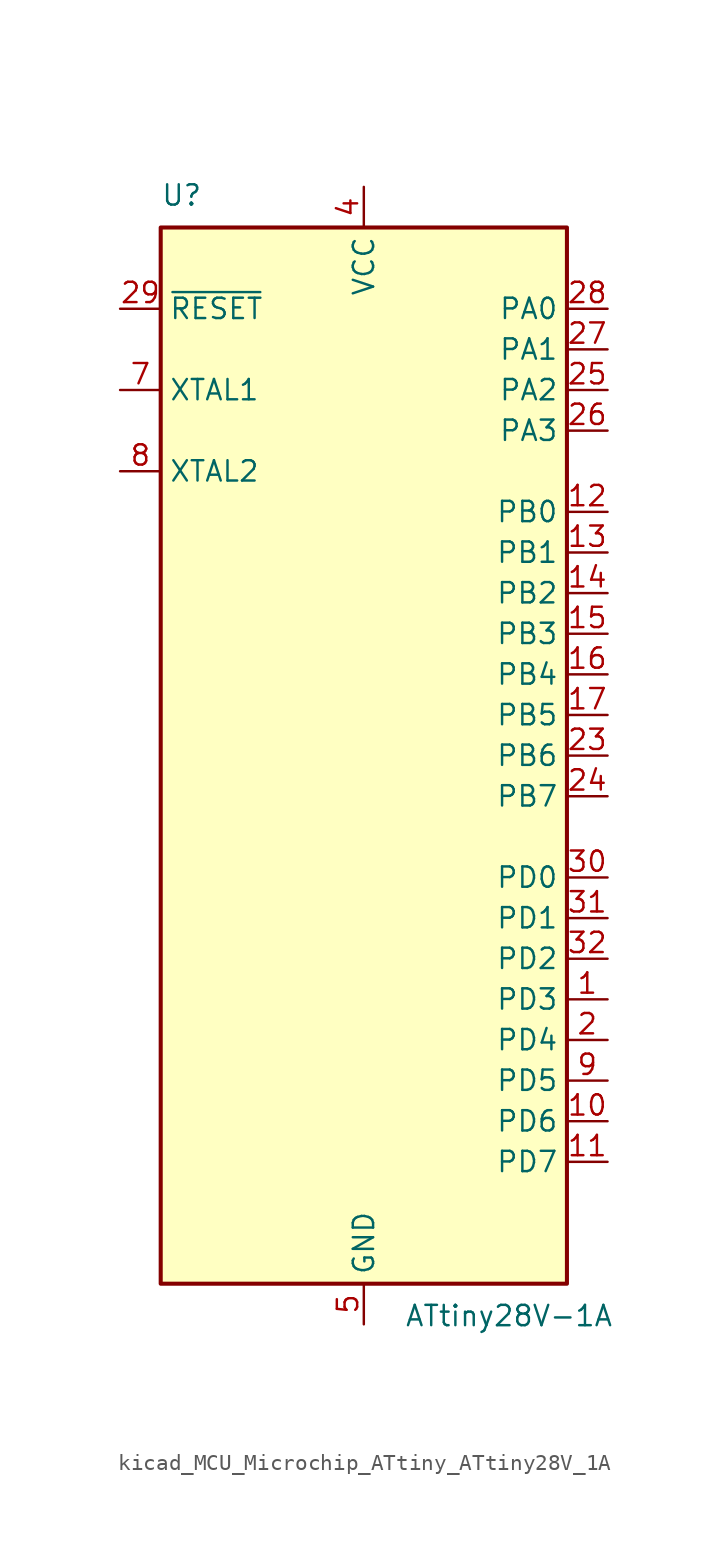
<source format=kicad_sym>
(kicad_symbol_lib
  (version 20220914)
  (generator kicad_symbol_editor)
  (symbol "kicad_MCU_Microchip_ATtiny_ATtiny28V_1A"
    (property "Reference" "U"
      (at -12.7 34.29 0)
      (effects (font (size 1.27 1.27)) (justify left bottom)))
    (property "Value" "ATtiny28V-1A"
      (at 2.54 -34.29 0)
      (effects (font (size 1.27 1.27)) (justify left top)))
    (symbol "kicad_MCU_Microchip_ATtiny_ATtiny28V_1A_0_1"
      (rectangle (start -12.7 -33.02) (end 12.7 33.02) (stroke (width 0.254) (type default)) (fill (type background))))
    (symbol "kicad_MCU_Microchip_ATtiny_ATtiny28V_1A_1_1"
      (pin bidirectional line (at 15.24 -15.24 180) (length 2.54) (name "PD3" (effects (font (size 1.27 1.27)))) (number "1" (effects (font (size 1.27 1.27)))))
      (pin bidirectional line (at 15.24 -22.86 180) (length 2.54) (name "PD6" (effects (font (size 1.27 1.27)))) (number "10" (effects (font (size 1.27 1.27)))))
      (pin bidirectional line (at 15.24 -25.4 180) (length 2.54) (name "PD7" (effects (font (size 1.27 1.27)))) (number "11" (effects (font (size 1.27 1.27)))))
      (pin bidirectional line (at 15.24 15.24 180) (length 2.54) (name "PB0" (effects (font (size 1.27 1.27)))) (number "12" (effects (font (size 1.27 1.27)))))
      (pin bidirectional line (at 15.24 12.7 180) (length 2.54) (name "PB1" (effects (font (size 1.27 1.27)))) (number "13" (effects (font (size 1.27 1.27)))))
      (pin bidirectional line (at 15.24 10.16 180) (length 2.54) (name "PB2" (effects (font (size 1.27 1.27)))) (number "14" (effects (font (size 1.27 1.27)))))
      (pin bidirectional line (at 15.24 7.62 180) (length 2.54) (name "PB3" (effects (font (size 1.27 1.27)))) (number "15" (effects (font (size 1.27 1.27)))))
      (pin bidirectional line (at 15.24 5.08 180) (length 2.54) (name "PB4" (effects (font (size 1.27 1.27)))) (number "16" (effects (font (size 1.27 1.27)))))
      (pin bidirectional line (at 15.24 2.54 180) (length 2.54) (name "PB5" (effects (font (size 1.27 1.27)))) (number "17" (effects (font (size 1.27 1.27)))))
      (pin passive line (at 0 35.56 270) (length 2.54) hide (name "VCC" (effects (font (size 1.27 1.27)))) (number "18" (effects (font (size 1.27 1.27)))))
      (pin no_connect line (at -12.7 -25.4 0) (length 2.54) hide (name "NC" (effects (font (size 1.27 1.27)))) (number "19" (effects (font (size 1.27 1.27)))))
      (pin bidirectional line (at 15.24 -17.78 180) (length 2.54) (name "PD4" (effects (font (size 1.27 1.27)))) (number "2" (effects (font (size 1.27 1.27)))))
      (pin no_connect line (at -12.7 -27.94 0) (length 2.54) hide (name "NC" (effects (font (size 1.27 1.27)))) (number "20" (effects (font (size 1.27 1.27)))))
      (pin passive line (at 0 -35.56 90) (length 2.54) hide (name "GND" (effects (font (size 1.27 1.27)))) (number "21" (effects (font (size 1.27 1.27)))))
      (pin no_connect line (at -12.7 -30.48 0) (length 2.54) hide (name "NC" (effects (font (size 1.27 1.27)))) (number "22" (effects (font (size 1.27 1.27)))))
      (pin bidirectional line (at 15.24 0 180) (length 2.54) (name "PB6" (effects (font (size 1.27 1.27)))) (number "23" (effects (font (size 1.27 1.27)))))
      (pin bidirectional line (at 15.24 -2.54 180) (length 2.54) (name "PB7" (effects (font (size 1.27 1.27)))) (number "24" (effects (font (size 1.27 1.27)))))
      (pin bidirectional line (at 15.24 22.86 180) (length 2.54) (name "PA2" (effects (font (size 1.27 1.27)))) (number "25" (effects (font (size 1.27 1.27)))))
      (pin bidirectional line (at 15.24 20.32 180) (length 2.54) (name "PA3" (effects (font (size 1.27 1.27)))) (number "26" (effects (font (size 1.27 1.27)))))
      (pin bidirectional line (at 15.24 25.4 180) (length 2.54) (name "PA1" (effects (font (size 1.27 1.27)))) (number "27" (effects (font (size 1.27 1.27)))))
      (pin bidirectional line (at 15.24 27.94 180) (length 2.54) (name "PA0" (effects (font (size 1.27 1.27)))) (number "28" (effects (font (size 1.27 1.27)))))
      (pin input line (at -15.24 27.94 0) (length 2.54) (name "~{RESET}" (effects (font (size 1.27 1.27)))) (number "29" (effects (font (size 1.27 1.27)))))
      (pin no_connect line (at -12.7 -20.32 0) (length 2.54) hide (name "NC" (effects (font (size 1.27 1.27)))) (number "3" (effects (font (size 1.27 1.27)))))
      (pin bidirectional line (at 15.24 -7.62 180) (length 2.54) (name "PD0" (effects (font (size 1.27 1.27)))) (number "30" (effects (font (size 1.27 1.27)))))
      (pin bidirectional line (at 15.24 -10.16 180) (length 2.54) (name "PD1" (effects (font (size 1.27 1.27)))) (number "31" (effects (font (size 1.27 1.27)))))
      (pin bidirectional line (at 15.24 -12.7 180) (length 2.54) (name "PD2" (effects (font (size 1.27 1.27)))) (number "32" (effects (font (size 1.27 1.27)))))
      (pin power_in line (at 0 35.56 270) (length 2.54) (name "VCC" (effects (font (size 1.27 1.27)))) (number "4" (effects (font (size 1.27 1.27)))))
      (pin power_in line (at 0 -35.56 90) (length 2.54) (name "GND" (effects (font (size 1.27 1.27)))) (number "5" (effects (font (size 1.27 1.27)))))
      (pin no_connect line (at -12.7 -22.86 0) (length 2.54) hide (name "NC" (effects (font (size 1.27 1.27)))) (number "6" (effects (font (size 1.27 1.27)))))
      (pin input line (at -15.24 22.86 0) (length 2.54) (name "XTAL1" (effects (font (size 1.27 1.27)))) (number "7" (effects (font (size 1.27 1.27)))))
      (pin output line (at -15.24 17.78 0) (length 2.54) (name "XTAL2" (effects (font (size 1.27 1.27)))) (number "8" (effects (font (size 1.27 1.27)))))
      (pin bidirectional line (at 15.24 -20.32 180) (length 2.54) (name "PD5" (effects (font (size 1.27 1.27)))) (number "9" (effects (font (size 1.27 1.27))))))))
</source>
